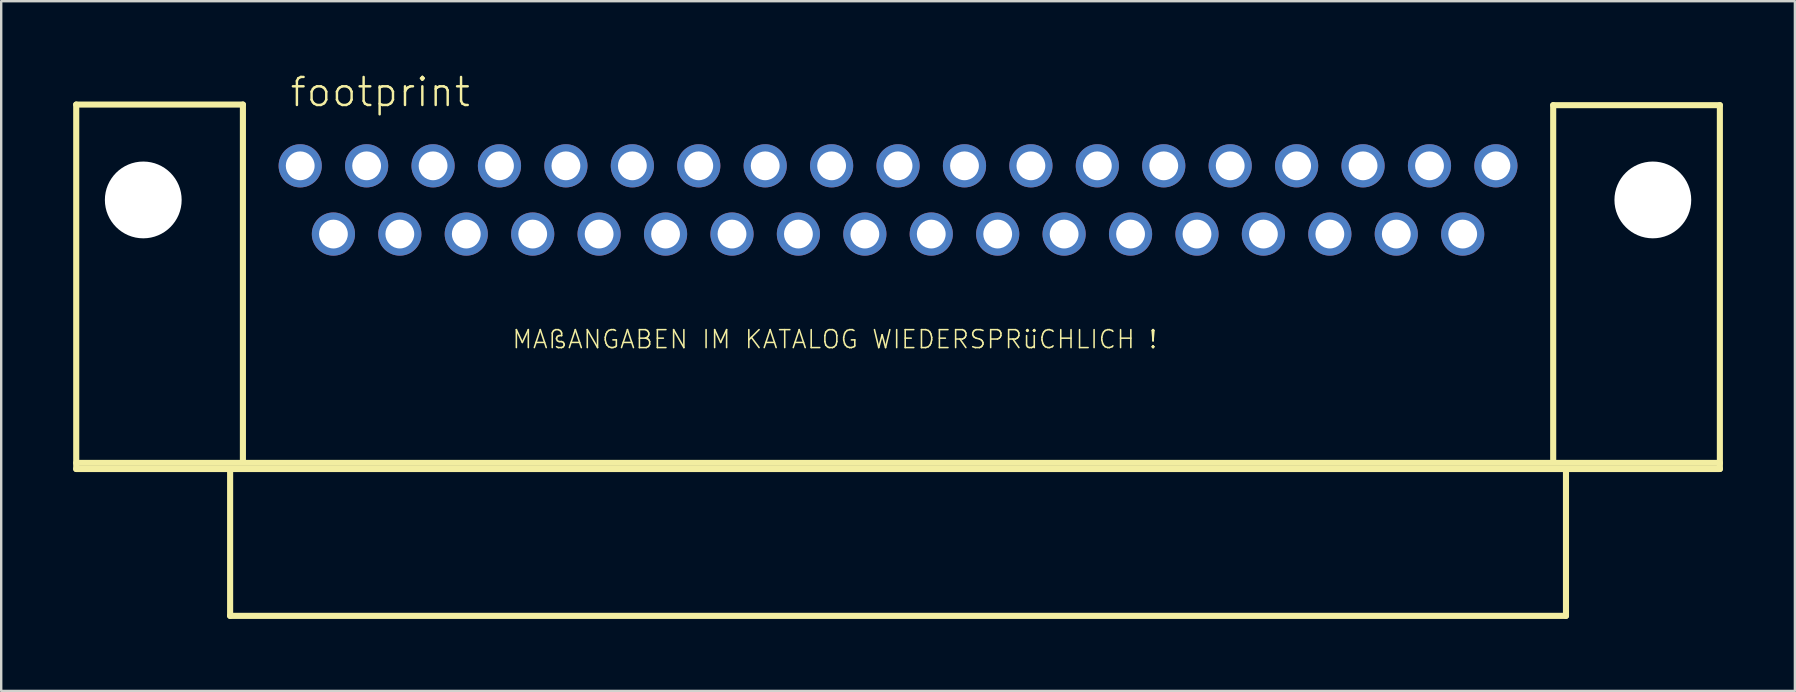
<source format=kicad_pcb>
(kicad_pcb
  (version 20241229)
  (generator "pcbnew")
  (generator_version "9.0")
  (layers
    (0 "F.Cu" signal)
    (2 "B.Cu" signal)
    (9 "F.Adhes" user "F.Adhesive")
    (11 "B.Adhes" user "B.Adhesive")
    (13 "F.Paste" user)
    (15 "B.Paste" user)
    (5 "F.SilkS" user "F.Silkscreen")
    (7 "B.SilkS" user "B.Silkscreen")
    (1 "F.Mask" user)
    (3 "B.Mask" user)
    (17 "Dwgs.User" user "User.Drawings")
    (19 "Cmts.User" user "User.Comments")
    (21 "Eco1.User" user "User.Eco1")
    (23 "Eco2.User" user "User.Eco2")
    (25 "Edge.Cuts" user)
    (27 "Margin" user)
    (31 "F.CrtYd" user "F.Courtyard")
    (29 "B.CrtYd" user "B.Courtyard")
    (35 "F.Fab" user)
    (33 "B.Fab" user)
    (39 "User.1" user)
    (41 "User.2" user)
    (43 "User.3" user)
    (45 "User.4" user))
  (footprint "footprint"
    (layer "F.Cu")
    (at 34.379 5.283)
    (property "Reference" "footprint" (at -25.4 -3.81 0) (layer "F.SilkS") (effects (font (size 1.168 1.168) (thickness 0.102)) (justify left bottom)))
    (fp_line (start -34.252 -3.975) (end -27.305 -3.975) (stroke (width 0.254) (type solid)) (layer "F.SilkS"))
    (fp_line (start -34.252 10.96) (end 34.252 10.96) (stroke (width 0.254) (type solid)) (layer "F.SilkS"))
    (fp_line (start -34.252 11.214) (end -34.252 -3.975) (stroke (width 0.254) (type solid)) (layer "F.SilkS"))
    (fp_line (start -27.838 11.214) (end -34.252 11.214) (stroke (width 0.254) (type solid)) (layer "F.SilkS"))
    (fp_line (start -27.838 11.214) (end 27.838 11.214) (stroke (width 0.254) (type solid)) (layer "F.SilkS"))
    (fp_line (start -27.838 17.335) (end -27.838 11.214) (stroke (width 0.254) (type solid)) (layer "F.SilkS"))
    (fp_line (start -27.305 -3.975) (end -27.305 10.82) (stroke (width 0.254) (type solid)) (layer "F.SilkS"))
    (fp_line (start 27.305 -3.95) (end 27.305 10.82) (stroke (width 0.254) (type solid)) (layer "F.SilkS"))
    (fp_line (start 27.838 11.214) (end 27.838 17.335) (stroke (width 0.254) (type solid)) (layer "F.SilkS"))
    (fp_line (start 27.838 17.335) (end -27.838 17.335) (stroke (width 0.254) (type solid)) (layer "F.SilkS"))
    (fp_line (start 34.252 -3.95) (end 27.305 -3.95) (stroke (width 0.254) (type solid)) (layer "F.SilkS"))
    (fp_line (start 34.252 -3.95) (end 34.252 11.214) (stroke (width 0.254) (type solid)) (layer "F.SilkS"))
    (fp_line (start 34.252 11.214) (end 27.838 11.214) (stroke (width 0.254) (type solid)) (layer "F.SilkS"))
    (fp_text user "MAßANGABEN IM KATALOG WIEDERSPRüCHLICH !" (at -16.129 6.248 0) (layer "F.SilkS") (effects (font (size 0.748 0.748) (thickness 0.065)) (justify left bottom)))
    (pad "" np_thru_hole circle (at -31.458 0) (size 3.2 3.2) (drill 3.2) (layers "*.Cu" "*.Mask"))
    (pad "" np_thru_hole circle (at 31.458 0) (size 3.2 3.2) (drill 3.2) (layers "*.Cu" "*.Mask"))
    (pad "1" thru_hole circle (at 24.917 -1.422) (size 1.8 1.8) (drill 1.2) (layers "*.Cu" "*.Mask"))
    (pad "2" thru_hole circle (at 22.149 -1.422) (size 1.8 1.8) (drill 1.2) (layers "*.Cu" "*.Mask"))
    (pad "3" thru_hole circle (at 19.38 -1.422) (size 1.8 1.8) (drill 1.2) (layers "*.Cu" "*.Mask"))
    (pad "4" thru_hole circle (at 16.612 -1.422) (size 1.8 1.8) (drill 1.2) (layers "*.Cu" "*.Mask"))
    (pad "5" thru_hole circle (at 13.843 -1.422) (size 1.8 1.8) (drill 1.2) (layers "*.Cu" "*.Mask"))
    (pad "6" thru_hole circle (at 11.074 -1.422) (size 1.8 1.8) (drill 1.2) (layers "*.Cu" "*.Mask"))
    (pad "7" thru_hole circle (at 8.306 -1.422) (size 1.8 1.8) (drill 1.2) (layers "*.Cu" "*.Mask"))
    (pad "8" thru_hole circle (at 5.537 -1.422) (size 1.8 1.8) (drill 1.2) (layers "*.Cu" "*.Mask"))
    (pad "9" thru_hole circle (at 2.769 -1.422) (size 1.8 1.8) (drill 1.2) (layers "*.Cu" "*.Mask"))
    (pad "10" thru_hole circle (at 0 -1.422) (size 1.8 1.8) (drill 1.2) (layers "*.Cu" "*.Mask"))
    (pad "11" thru_hole circle (at -2.769 -1.422) (size 1.8 1.8) (drill 1.2) (layers "*.Cu" "*.Mask"))
    (pad "12" thru_hole circle (at -5.537 -1.422) (size 1.8 1.8) (drill 1.2) (layers "*.Cu" "*.Mask"))
    (pad "13" thru_hole circle (at -8.306 -1.422) (size 1.8 1.8) (drill 1.2) (layers "*.Cu" "*.Mask"))
    (pad "14" thru_hole circle (at -11.074 -1.422) (size 1.8 1.8) (drill 1.2) (layers "*.Cu" "*.Mask"))
    (pad "15" thru_hole circle (at -13.843 -1.422) (size 1.8 1.8) (drill 1.2) (layers "*.Cu" "*.Mask"))
    (pad "16" thru_hole circle (at -16.612 -1.422) (size 1.8 1.8) (drill 1.2) (layers "*.Cu" "*.Mask"))
    (pad "17" thru_hole circle (at -19.38 -1.422) (size 1.8 1.8) (drill 1.2) (layers "*.Cu" "*.Mask"))
    (pad "18" thru_hole circle (at -22.149 -1.422) (size 1.8 1.8) (drill 1.2) (layers "*.Cu" "*.Mask"))
    (pad "19" thru_hole circle (at -24.917 -1.422) (size 1.8 1.8) (drill 1.2) (layers "*.Cu" "*.Mask"))
    (pad "20" thru_hole circle (at 23.533 1.422) (size 1.8 1.8) (drill 1.2) (layers "*.Cu" "*.Mask"))
    (pad "21" thru_hole circle (at 20.765 1.422) (size 1.8 1.8) (drill 1.2) (layers "*.Cu" "*.Mask"))
    (pad "22" thru_hole circle (at 17.996 1.422) (size 1.8 1.8) (drill 1.2) (layers "*.Cu" "*.Mask"))
    (pad "23" thru_hole circle (at 15.227 1.422) (size 1.8 1.8) (drill 1.2) (layers "*.Cu" "*.Mask"))
    (pad "24" thru_hole circle (at 12.459 1.422) (size 1.8 1.8) (drill 1.2) (layers "*.Cu" "*.Mask"))
    (pad "25" thru_hole circle (at 9.69 1.422) (size 1.8 1.8) (drill 1.2) (layers "*.Cu" "*.Mask"))
    (pad "26" thru_hole circle (at 6.921 1.422) (size 1.8 1.8) (drill 1.2) (layers "*.Cu" "*.Mask"))
    (pad "27" thru_hole circle (at 4.153 1.422) (size 1.8 1.8) (drill 1.2) (layers "*.Cu" "*.Mask"))
    (pad "28" thru_hole circle (at 1.384 1.422) (size 1.8 1.8) (drill 1.2) (layers "*.Cu" "*.Mask"))
    (pad "29" thru_hole circle (at -1.384 1.422) (size 1.8 1.8) (drill 1.2) (layers "*.Cu" "*.Mask"))
    (pad "30" thru_hole circle (at -4.153 1.422) (size 1.8 1.8) (drill 1.2) (layers "*.Cu" "*.Mask"))
    (pad "31" thru_hole circle (at -6.921 1.422) (size 1.8 1.8) (drill 1.2) (layers "*.Cu" "*.Mask"))
    (pad "32" thru_hole circle (at -9.69 1.422) (size 1.8 1.8) (drill 1.2) (layers "*.Cu" "*.Mask"))
    (pad "33" thru_hole circle (at -12.459 1.422) (size 1.8 1.8) (drill 1.2) (layers "*.Cu" "*.Mask"))
    (pad "34" thru_hole circle (at -15.227 1.422) (size 1.8 1.8) (drill 1.2) (layers "*.Cu" "*.Mask"))
    (pad "35" thru_hole circle (at -17.996 1.422) (size 1.8 1.8) (drill 1.2) (layers "*.Cu" "*.Mask"))
    (pad "36" thru_hole circle (at -20.765 1.422) (size 1.8 1.8) (drill 1.2) (layers "*.Cu" "*.Mask"))
    (pad "37" thru_hole circle (at -23.533 1.422) (size 1.8 1.8) (drill 1.2) (layers "*.Cu" "*.Mask")))
  (gr_rect
    (start -3 -3)
    (end 71.758 25.746)
    (stroke (width 0.1) (type default))
    (fill no)
    (layer "Edge.Cuts")))
</source>
